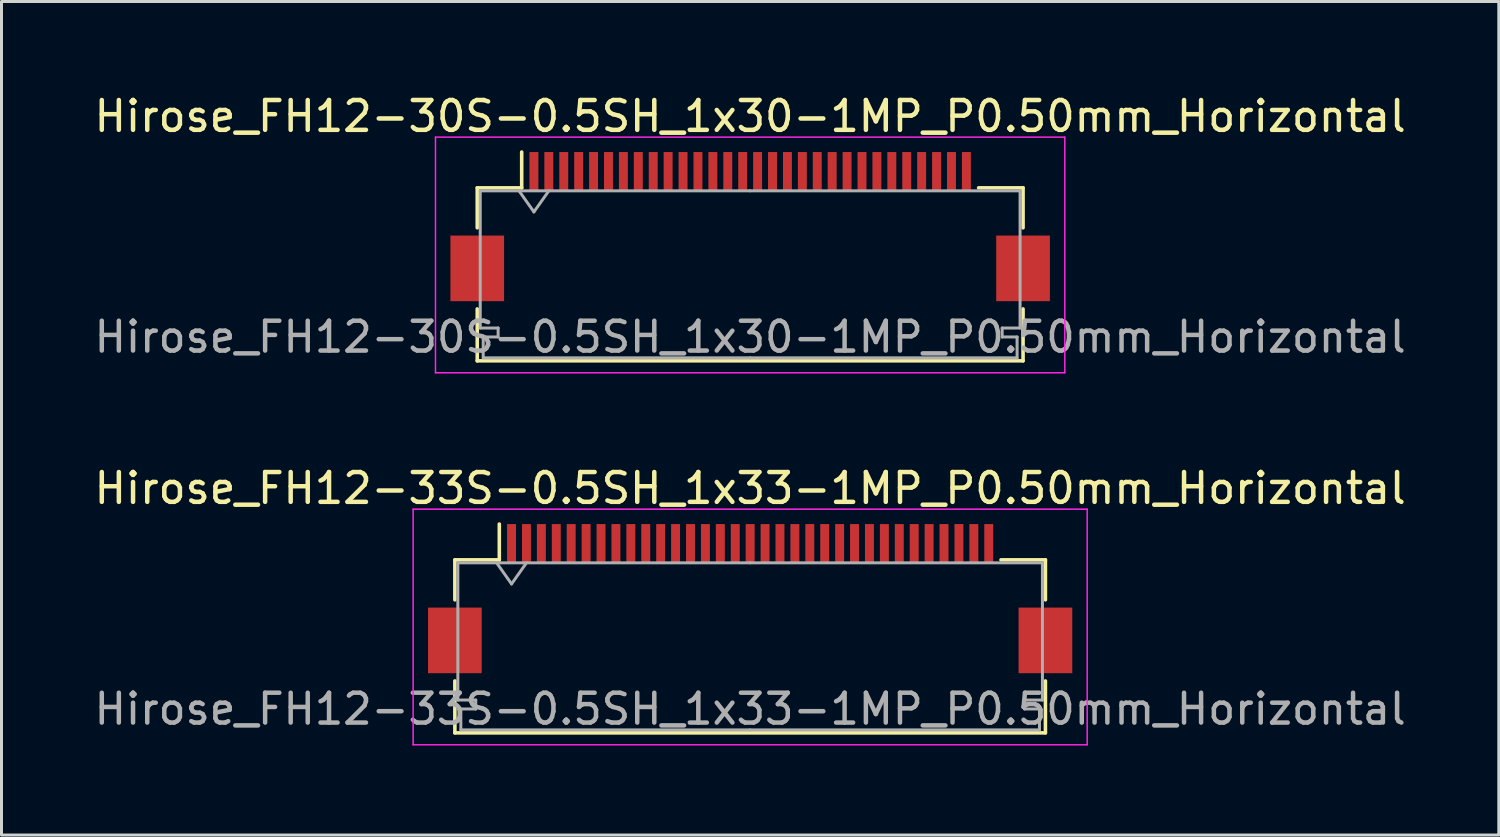
<source format=kicad_pcb>
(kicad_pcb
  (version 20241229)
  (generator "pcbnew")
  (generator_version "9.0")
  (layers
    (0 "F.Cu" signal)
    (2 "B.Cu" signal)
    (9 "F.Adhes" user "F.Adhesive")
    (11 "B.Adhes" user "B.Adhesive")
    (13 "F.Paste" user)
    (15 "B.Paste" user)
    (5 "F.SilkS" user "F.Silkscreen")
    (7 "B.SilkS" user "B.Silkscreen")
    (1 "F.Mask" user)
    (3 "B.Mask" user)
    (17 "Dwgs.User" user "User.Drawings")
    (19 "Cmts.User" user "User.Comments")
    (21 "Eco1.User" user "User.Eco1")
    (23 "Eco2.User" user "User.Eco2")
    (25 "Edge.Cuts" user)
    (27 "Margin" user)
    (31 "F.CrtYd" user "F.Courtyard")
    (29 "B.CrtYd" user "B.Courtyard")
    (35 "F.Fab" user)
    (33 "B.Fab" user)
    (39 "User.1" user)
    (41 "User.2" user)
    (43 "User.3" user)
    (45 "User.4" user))
  (footprint "Hirose_FH12-33S-0.5SH_1x33-1MP_P0.50mm_Horizontal"
    (layer "F.Cu")
    (at 22.101 17.021)
    (property "Reference" "Hirose_FH12-33S-0.5SH_1x33-1MP_P0.50mm_Horizontal" (at 0 -3.7 0) (layer "F.SilkS") (effects (font (size 1 1) (thickness 0.15))))
    (attr smd)
    (fp_line (start -9.9 -1.3) (end -9.9 0.04) (stroke (width 0.12) (type solid)) (layer "F.SilkS"))
    (fp_line (start -9.9 2.76) (end -9.9 4.5) (stroke (width 0.12) (type solid)) (layer "F.SilkS"))
    (fp_line (start -9.9 4.5) (end 9.9 4.5) (stroke (width 0.12) (type solid)) (layer "F.SilkS"))
    (fp_line (start -8.41 -1.3) (end -9.9 -1.3) (stroke (width 0.12) (type solid)) (layer "F.SilkS"))
    (fp_line (start -8.41 -1.3) (end -8.41 -2.5) (stroke (width 0.12) (type solid)) (layer "F.SilkS"))
    (fp_line (start 8.41 -1.3) (end 9.9 -1.3) (stroke (width 0.12) (type solid)) (layer "F.SilkS"))
    (fp_line (start 9.9 -1.3) (end 9.9 0.04) (stroke (width 0.12) (type solid)) (layer "F.SilkS"))
    (fp_line (start 9.9 4.5) (end 9.9 2.76) (stroke (width 0.12) (type solid)) (layer "F.SilkS"))
    (fp_line (start -11.3 -3) (end -11.3 4.9) (stroke (width 0.05) (type solid)) (layer "F.CrtYd"))
    (fp_line (start -11.3 4.9) (end 11.3 4.9) (stroke (width 0.05) (type solid)) (layer "F.CrtYd"))
    (fp_line (start 11.3 -3) (end -11.3 -3) (stroke (width 0.05) (type solid)) (layer "F.CrtYd"))
    (fp_line (start 11.3 4.9) (end 11.3 -3) (stroke (width 0.05) (type solid)) (layer "F.CrtYd"))
    (fp_line (start -9.8 -1.2) (end -9.8 3.4) (stroke (width 0.1) (type solid)) (layer "F.Fab"))
    (fp_line (start -9.8 3.4) (end -9.2 3.4) (stroke (width 0.1) (type solid)) (layer "F.Fab"))
    (fp_line (start -9.7 3.7) (end -9.7 4.4) (stroke (width 0.1) (type solid)) (layer "F.Fab"))
    (fp_line (start -9.7 4.4) (end 0 4.4) (stroke (width 0.1) (type solid)) (layer "F.Fab"))
    (fp_line (start -9.2 3.4) (end -9.2 3.7) (stroke (width 0.1) (type solid)) (layer "F.Fab"))
    (fp_line (start -9.2 3.7) (end -9.7 3.7) (stroke (width 0.1) (type solid)) (layer "F.Fab"))
    (fp_line (start -8.5 -1.2) (end -8 -0.493) (stroke (width 0.1) (type solid)) (layer "F.Fab"))
    (fp_line (start -8 -0.493) (end -7.5 -1.2) (stroke (width 0.1) (type solid)) (layer "F.Fab"))
    (fp_line (start 0 -1.2) (end -9.8 -1.2) (stroke (width 0.1) (type solid)) (layer "F.Fab"))
    (fp_line (start 0 -1.2) (end 9.8 -1.2) (stroke (width 0.1) (type solid)) (layer "F.Fab"))
    (fp_line (start 9.2 3.4) (end 9.2 3.7) (stroke (width 0.1) (type solid)) (layer "F.Fab"))
    (fp_line (start 9.2 3.7) (end 9.7 3.7) (stroke (width 0.1) (type solid)) (layer "F.Fab"))
    (fp_line (start 9.7 3.7) (end 9.7 4.4) (stroke (width 0.1) (type solid)) (layer "F.Fab"))
    (fp_line (start 9.7 4.4) (end 0 4.4) (stroke (width 0.1) (type solid)) (layer "F.Fab"))
    (fp_line (start 9.8 -1.2) (end 9.8 3.4) (stroke (width 0.1) (type solid)) (layer "F.Fab"))
    (fp_line (start 9.8 3.4) (end 9.2 3.4) (stroke (width 0.1) (type solid)) (layer "F.Fab"))
    (fp_text user "${REFERENCE}" (at 0 3.7 0) (layer "F.Fab") (effects (font (size 1 1) (thickness 0.15))))
    (pad "1" smd rect (at -8 -1.85) (size 0.3 1.3) (layers "F.Cu" "F.Mask" "F.Paste"))
    (pad "2" smd rect (at -7.5 -1.85) (size 0.3 1.3) (layers "F.Cu" "F.Mask" "F.Paste"))
    (pad "3" smd rect (at -7 -1.85) (size 0.3 1.3) (layers "F.Cu" "F.Mask" "F.Paste"))
    (pad "4" smd rect (at -6.5 -1.85) (size 0.3 1.3) (layers "F.Cu" "F.Mask" "F.Paste"))
    (pad "5" smd rect (at -6 -1.85) (size 0.3 1.3) (layers "F.Cu" "F.Mask" "F.Paste"))
    (pad "6" smd rect (at -5.5 -1.85) (size 0.3 1.3) (layers "F.Cu" "F.Mask" "F.Paste"))
    (pad "7" smd rect (at -5 -1.85) (size 0.3 1.3) (layers "F.Cu" "F.Mask" "F.Paste"))
    (pad "8" smd rect (at -4.5 -1.85) (size 0.3 1.3) (layers "F.Cu" "F.Mask" "F.Paste"))
    (pad "9" smd rect (at -4 -1.85) (size 0.3 1.3) (layers "F.Cu" "F.Mask" "F.Paste"))
    (pad "10" smd rect (at -3.5 -1.85) (size 0.3 1.3) (layers "F.Cu" "F.Mask" "F.Paste"))
    (pad "11" smd rect (at -3 -1.85) (size 0.3 1.3) (layers "F.Cu" "F.Mask" "F.Paste"))
    (pad "12" smd rect (at -2.5 -1.85) (size 0.3 1.3) (layers "F.Cu" "F.Mask" "F.Paste"))
    (pad "13" smd rect (at -2 -1.85) (size 0.3 1.3) (layers "F.Cu" "F.Mask" "F.Paste"))
    (pad "14" smd rect (at -1.5 -1.85) (size 0.3 1.3) (layers "F.Cu" "F.Mask" "F.Paste"))
    (pad "15" smd rect (at -1 -1.85) (size 0.3 1.3) (layers "F.Cu" "F.Mask" "F.Paste"))
    (pad "16" smd rect (at -0.5 -1.85) (size 0.3 1.3) (layers "F.Cu" "F.Mask" "F.Paste"))
    (pad "17" smd rect (at 0 -1.85) (size 0.3 1.3) (layers "F.Cu" "F.Mask" "F.Paste"))
    (pad "18" smd rect (at 0.5 -1.85) (size 0.3 1.3) (layers "F.Cu" "F.Mask" "F.Paste"))
    (pad "19" smd rect (at 1 -1.85) (size 0.3 1.3) (layers "F.Cu" "F.Mask" "F.Paste"))
    (pad "20" smd rect (at 1.5 -1.85) (size 0.3 1.3) (layers "F.Cu" "F.Mask" "F.Paste"))
    (pad "21" smd rect (at 2 -1.85) (size 0.3 1.3) (layers "F.Cu" "F.Mask" "F.Paste"))
    (pad "22" smd rect (at 2.5 -1.85) (size 0.3 1.3) (layers "F.Cu" "F.Mask" "F.Paste"))
    (pad "23" smd rect (at 3 -1.85) (size 0.3 1.3) (layers "F.Cu" "F.Mask" "F.Paste"))
    (pad "24" smd rect (at 3.5 -1.85) (size 0.3 1.3) (layers "F.Cu" "F.Mask" "F.Paste"))
    (pad "25" smd rect (at 4 -1.85) (size 0.3 1.3) (layers "F.Cu" "F.Mask" "F.Paste"))
    (pad "26" smd rect (at 4.5 -1.85) (size 0.3 1.3) (layers "F.Cu" "F.Mask" "F.Paste"))
    (pad "27" smd rect (at 5 -1.85) (size 0.3 1.3) (layers "F.Cu" "F.Mask" "F.Paste"))
    (pad "28" smd rect (at 5.5 -1.85) (size 0.3 1.3) (layers "F.Cu" "F.Mask" "F.Paste"))
    (pad "29" smd rect (at 6 -1.85) (size 0.3 1.3) (layers "F.Cu" "F.Mask" "F.Paste"))
    (pad "30" smd rect (at 6.5 -1.85) (size 0.3 1.3) (layers "F.Cu" "F.Mask" "F.Paste"))
    (pad "31" smd rect (at 7 -1.85) (size 0.3 1.3) (layers "F.Cu" "F.Mask" "F.Paste"))
    (pad "32" smd rect (at 7.5 -1.85) (size 0.3 1.3) (layers "F.Cu" "F.Mask" "F.Paste"))
    (pad "33" smd rect (at 8 -1.85) (size 0.3 1.3) (layers "F.Cu" "F.Mask" "F.Paste"))
    (pad "MP" smd rect (at -9.9 1.4) (size 1.8 2.2) (layers "F.Cu" "F.Mask" "F.Paste"))
    (pad "MP" smd rect (at 9.9 1.4) (size 1.8 2.2) (layers "F.Cu" "F.Mask" "F.Paste")))
  (footprint "Hirose_FH12-30S-0.5SH_1x30-1MP_P0.50mm_Horizontal"
    (layer "F.Cu")
    (at 22.101 4.548)
    (property "Reference" "Hirose_FH12-30S-0.5SH_1x30-1MP_P0.50mm_Horizontal" (at 0 -3.7 0) (layer "F.SilkS") (effects (font (size 1 1) (thickness 0.15))))
    (attr smd)
    (fp_line (start -9.15 -1.3) (end -9.15 0.04) (stroke (width 0.12) (type solid)) (layer "F.SilkS"))
    (fp_line (start -9.15 2.76) (end -9.15 4.5) (stroke (width 0.12) (type solid)) (layer "F.SilkS"))
    (fp_line (start -9.15 4.5) (end 9.15 4.5) (stroke (width 0.12) (type solid)) (layer "F.SilkS"))
    (fp_line (start -7.66 -1.3) (end -9.15 -1.3) (stroke (width 0.12) (type solid)) (layer "F.SilkS"))
    (fp_line (start -7.66 -1.3) (end -7.66 -2.5) (stroke (width 0.12) (type solid)) (layer "F.SilkS"))
    (fp_line (start 7.66 -1.3) (end 9.15 -1.3) (stroke (width 0.12) (type solid)) (layer "F.SilkS"))
    (fp_line (start 9.15 -1.3) (end 9.15 0.04) (stroke (width 0.12) (type solid)) (layer "F.SilkS"))
    (fp_line (start 9.15 4.5) (end 9.15 2.76) (stroke (width 0.12) (type solid)) (layer "F.SilkS"))
    (fp_line (start -10.55 -3) (end -10.55 4.9) (stroke (width 0.05) (type solid)) (layer "F.CrtYd"))
    (fp_line (start -10.55 4.9) (end 10.55 4.9) (stroke (width 0.05) (type solid)) (layer "F.CrtYd"))
    (fp_line (start 10.55 -3) (end -10.55 -3) (stroke (width 0.05) (type solid)) (layer "F.CrtYd"))
    (fp_line (start 10.55 4.9) (end 10.55 -3) (stroke (width 0.05) (type solid)) (layer "F.CrtYd"))
    (fp_line (start -9.05 -1.2) (end -9.05 3.4) (stroke (width 0.1) (type solid)) (layer "F.Fab"))
    (fp_line (start -9.05 3.4) (end -8.45 3.4) (stroke (width 0.1) (type solid)) (layer "F.Fab"))
    (fp_line (start -8.95 3.7) (end -8.95 4.4) (stroke (width 0.1) (type solid)) (layer "F.Fab"))
    (fp_line (start -8.95 4.4) (end 0 4.4) (stroke (width 0.1) (type solid)) (layer "F.Fab"))
    (fp_line (start -8.45 3.4) (end -8.45 3.7) (stroke (width 0.1) (type solid)) (layer "F.Fab"))
    (fp_line (start -8.45 3.7) (end -8.95 3.7) (stroke (width 0.1) (type solid)) (layer "F.Fab"))
    (fp_line (start -7.75 -1.2) (end -7.25 -0.493) (stroke (width 0.1) (type solid)) (layer "F.Fab"))
    (fp_line (start -7.25 -0.493) (end -6.75 -1.2) (stroke (width 0.1) (type solid)) (layer "F.Fab"))
    (fp_line (start 0 -1.2) (end -9.05 -1.2) (stroke (width 0.1) (type solid)) (layer "F.Fab"))
    (fp_line (start 0 -1.2) (end 9.05 -1.2) (stroke (width 0.1) (type solid)) (layer "F.Fab"))
    (fp_line (start 8.45 3.4) (end 8.45 3.7) (stroke (width 0.1) (type solid)) (layer "F.Fab"))
    (fp_line (start 8.45 3.7) (end 8.95 3.7) (stroke (width 0.1) (type solid)) (layer "F.Fab"))
    (fp_line (start 8.95 3.7) (end 8.95 4.4) (stroke (width 0.1) (type solid)) (layer "F.Fab"))
    (fp_line (start 8.95 4.4) (end 0 4.4) (stroke (width 0.1) (type solid)) (layer "F.Fab"))
    (fp_line (start 9.05 -1.2) (end 9.05 3.4) (stroke (width 0.1) (type solid)) (layer "F.Fab"))
    (fp_line (start 9.05 3.4) (end 8.45 3.4) (stroke (width 0.1) (type solid)) (layer "F.Fab"))
    (fp_text user "${REFERENCE}" (at 0 3.7 0) (layer "F.Fab") (effects (font (size 1 1) (thickness 0.15))))
    (pad "1" smd rect (at -7.25 -1.85) (size 0.3 1.3) (layers "F.Cu" "F.Mask" "F.Paste"))
    (pad "2" smd rect (at -6.75 -1.85) (size 0.3 1.3) (layers "F.Cu" "F.Mask" "F.Paste"))
    (pad "3" smd rect (at -6.25 -1.85) (size 0.3 1.3) (layers "F.Cu" "F.Mask" "F.Paste"))
    (pad "4" smd rect (at -5.75 -1.85) (size 0.3 1.3) (layers "F.Cu" "F.Mask" "F.Paste"))
    (pad "5" smd rect (at -5.25 -1.85) (size 0.3 1.3) (layers "F.Cu" "F.Mask" "F.Paste"))
    (pad "6" smd rect (at -4.75 -1.85) (size 0.3 1.3) (layers "F.Cu" "F.Mask" "F.Paste"))
    (pad "7" smd rect (at -4.25 -1.85) (size 0.3 1.3) (layers "F.Cu" "F.Mask" "F.Paste"))
    (pad "8" smd rect (at -3.75 -1.85) (size 0.3 1.3) (layers "F.Cu" "F.Mask" "F.Paste"))
    (pad "9" smd rect (at -3.25 -1.85) (size 0.3 1.3) (layers "F.Cu" "F.Mask" "F.Paste"))
    (pad "10" smd rect (at -2.75 -1.85) (size 0.3 1.3) (layers "F.Cu" "F.Mask" "F.Paste"))
    (pad "11" smd rect (at -2.25 -1.85) (size 0.3 1.3) (layers "F.Cu" "F.Mask" "F.Paste"))
    (pad "12" smd rect (at -1.75 -1.85) (size 0.3 1.3) (layers "F.Cu" "F.Mask" "F.Paste"))
    (pad "13" smd rect (at -1.25 -1.85) (size 0.3 1.3) (layers "F.Cu" "F.Mask" "F.Paste"))
    (pad "14" smd rect (at -0.75 -1.85) (size 0.3 1.3) (layers "F.Cu" "F.Mask" "F.Paste"))
    (pad "15" smd rect (at -0.25 -1.85) (size 0.3 1.3) (layers "F.Cu" "F.Mask" "F.Paste"))
    (pad "16" smd rect (at 0.25 -1.85) (size 0.3 1.3) (layers "F.Cu" "F.Mask" "F.Paste"))
    (pad "17" smd rect (at 0.75 -1.85) (size 0.3 1.3) (layers "F.Cu" "F.Mask" "F.Paste"))
    (pad "18" smd rect (at 1.25 -1.85) (size 0.3 1.3) (layers "F.Cu" "F.Mask" "F.Paste"))
    (pad "19" smd rect (at 1.75 -1.85) (size 0.3 1.3) (layers "F.Cu" "F.Mask" "F.Paste"))
    (pad "20" smd rect (at 2.25 -1.85) (size 0.3 1.3) (layers "F.Cu" "F.Mask" "F.Paste"))
    (pad "21" smd rect (at 2.75 -1.85) (size 0.3 1.3) (layers "F.Cu" "F.Mask" "F.Paste"))
    (pad "22" smd rect (at 3.25 -1.85) (size 0.3 1.3) (layers "F.Cu" "F.Mask" "F.Paste"))
    (pad "23" smd rect (at 3.75 -1.85) (size 0.3 1.3) (layers "F.Cu" "F.Mask" "F.Paste"))
    (pad "24" smd rect (at 4.25 -1.85) (size 0.3 1.3) (layers "F.Cu" "F.Mask" "F.Paste"))
    (pad "25" smd rect (at 4.75 -1.85) (size 0.3 1.3) (layers "F.Cu" "F.Mask" "F.Paste"))
    (pad "26" smd rect (at 5.25 -1.85) (size 0.3 1.3) (layers "F.Cu" "F.Mask" "F.Paste"))
    (pad "27" smd rect (at 5.75 -1.85) (size 0.3 1.3) (layers "F.Cu" "F.Mask" "F.Paste"))
    (pad "28" smd rect (at 6.25 -1.85) (size 0.3 1.3) (layers "F.Cu" "F.Mask" "F.Paste"))
    (pad "29" smd rect (at 6.75 -1.85) (size 0.3 1.3) (layers "F.Cu" "F.Mask" "F.Paste"))
    (pad "30" smd rect (at 7.25 -1.85) (size 0.3 1.3) (layers "F.Cu" "F.Mask" "F.Paste"))
    (pad "MP" smd rect (at -9.15 1.4) (size 1.8 2.2) (layers "F.Cu" "F.Mask" "F.Paste"))
    (pad "MP" smd rect (at 9.15 1.4) (size 1.8 2.2) (layers "F.Cu" "F.Mask" "F.Paste")))
  (gr_rect
    (start -3 -3)
    (end 47.202 24.947)
    (stroke (width 0.1) (type default))
    (fill no)
    (layer "Edge.Cuts")))
</source>
